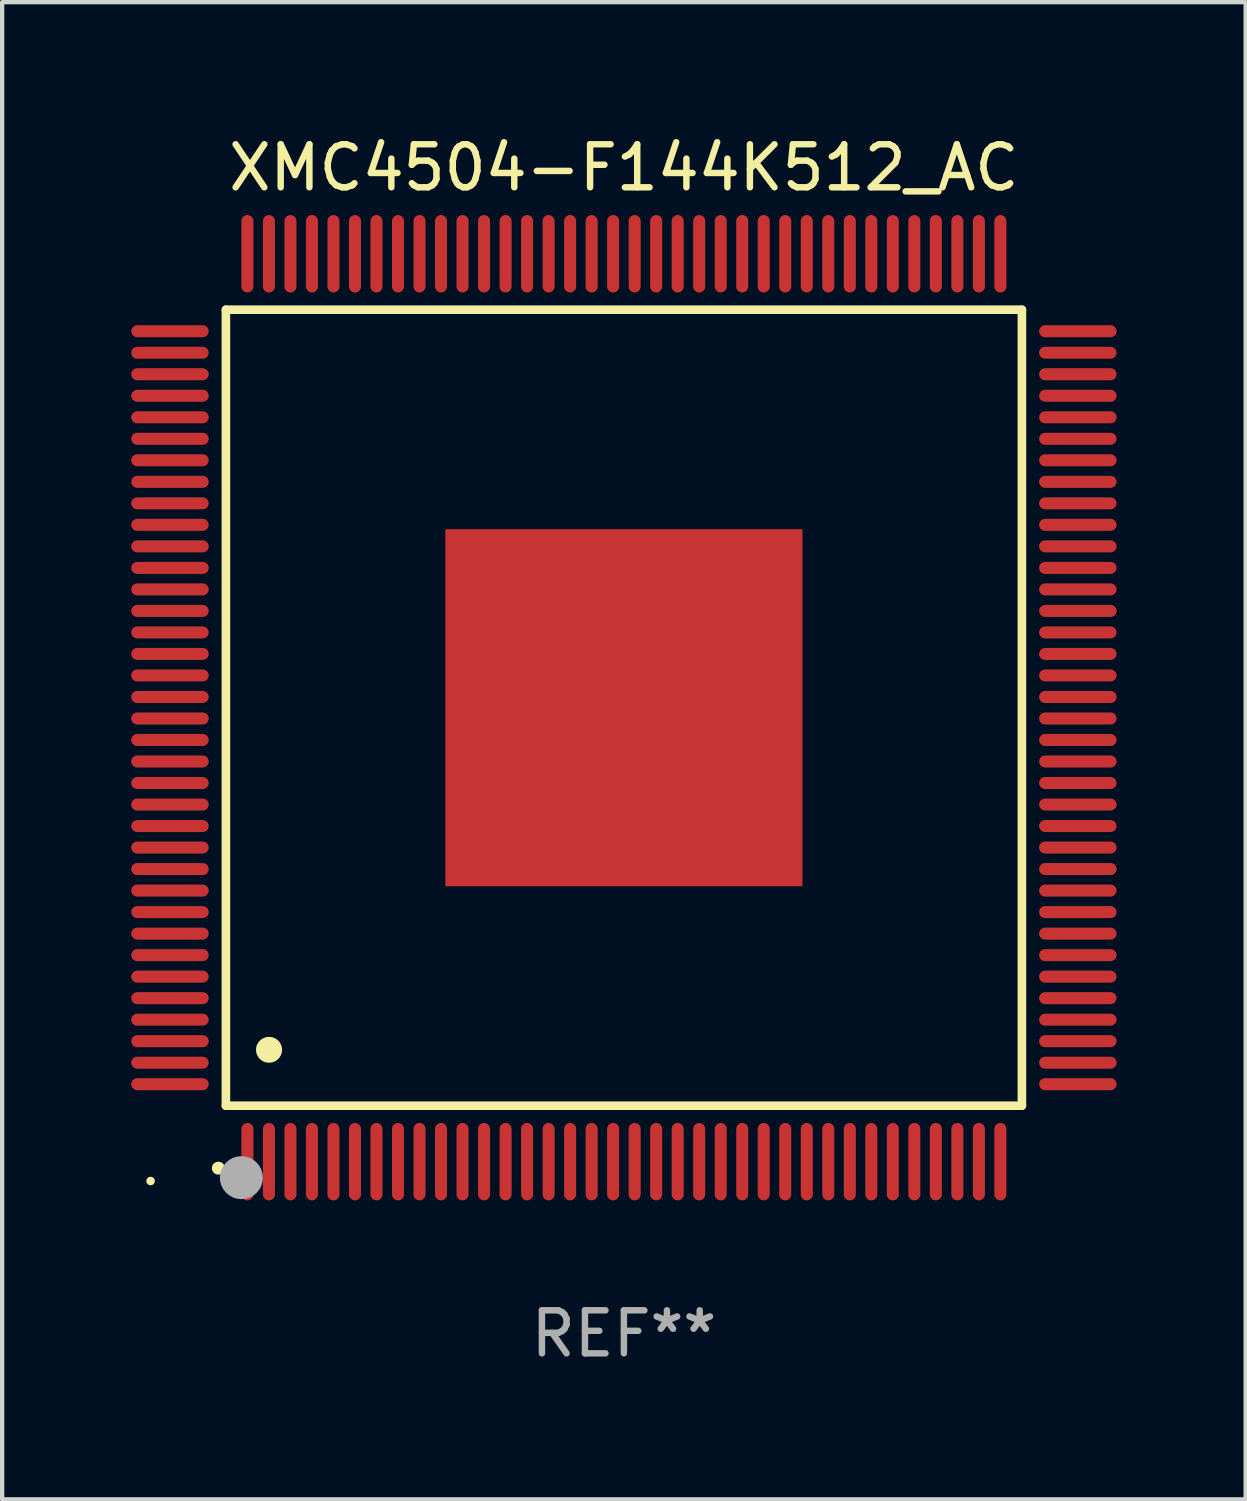
<source format=kicad_pcb>
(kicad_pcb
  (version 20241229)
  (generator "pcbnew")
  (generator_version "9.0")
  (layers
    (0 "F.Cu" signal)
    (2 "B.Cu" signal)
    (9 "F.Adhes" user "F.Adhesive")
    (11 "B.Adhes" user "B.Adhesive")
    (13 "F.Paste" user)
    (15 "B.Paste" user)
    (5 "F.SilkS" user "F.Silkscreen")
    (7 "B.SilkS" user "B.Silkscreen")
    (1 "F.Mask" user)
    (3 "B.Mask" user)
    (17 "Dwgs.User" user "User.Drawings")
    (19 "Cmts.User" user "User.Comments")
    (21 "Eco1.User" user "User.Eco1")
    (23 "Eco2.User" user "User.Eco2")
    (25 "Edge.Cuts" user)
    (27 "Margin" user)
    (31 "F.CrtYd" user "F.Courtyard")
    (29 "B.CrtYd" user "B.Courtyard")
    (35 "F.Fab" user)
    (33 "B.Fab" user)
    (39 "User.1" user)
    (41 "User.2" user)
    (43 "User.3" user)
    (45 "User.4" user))
  (footprint "XMC4504-F144K512_AC"
    (layer "F.Cu")
    (at 11.45 13.398)
    (property "Reference" "XMC4504-F144K512_AC" (at 0 -12.55 0) (layer "F.SilkS") (effects (font (size 1 1) (thickness 0.15))))
    (attr through_hole)
    (fp_line (start -9.25 -9.25) (end 9.25 -9.25) (stroke (width 0.2) (type solid)) (layer "F.SilkS"))
    (fp_line (start -9.25 9.25) (end -9.25 -9.25) (stroke (width 0.2) (type solid)) (layer "F.SilkS"))
    (fp_line (start 9.25 -9.25) (end 9.25 9.25) (stroke (width 0.2) (type solid)) (layer "F.SilkS"))
    (fp_line (start 9.25 9.25) (end -9.25 9.25) (stroke (width 0.2) (type solid)) (layer "F.SilkS"))
    (fp_arc (start -9.425959 10.701041) (mid -9.424689 10.701036) (end -9.423419 10.701041) (stroke (width 0.3) (type solid)) (layer "F.SilkS"))
    (fp_arc (start -8.249936 7.950216) (mid -8.247396 7.950205) (end -8.244856 7.950216) (stroke (width 0.6) (type solid)) (layer "F.SilkS"))
    (fp_circle (center -11 11) (end -10.95 11) (stroke (width 0.1) (type solid)) (fill no) (layer "F.SilkS"))
    (fp_circle (center -8.89 10.922) (end -8.64 10.922) (stroke (width 0.5) (type solid)) (fill no) (layer "F.Fab"))
    (fp_text user "REF**" (at 0 14.55 0) (layer "F.Fab") (effects (font (size 1 1) (thickness 0.15))))
    (pad "1" smd oval (at -8.75 10.55) (size 0.28 1.8) (layers "F.Cu" "F.Mask" "F.Paste"))
    (pad "2" smd oval (at -8.25 10.55) (size 0.28 1.8) (layers "F.Cu" "F.Mask" "F.Paste"))
    (pad "3" smd oval (at -7.75 10.55) (size 0.28 1.8) (layers "F.Cu" "F.Mask" "F.Paste"))
    (pad "4" smd oval (at -7.25 10.55) (size 0.28 1.8) (layers "F.Cu" "F.Mask" "F.Paste"))
    (pad "5" smd oval (at -6.75 10.55) (size 0.28 1.8) (layers "F.Cu" "F.Mask" "F.Paste"))
    (pad "6" smd oval (at -6.25 10.55) (size 0.28 1.8) (layers "F.Cu" "F.Mask" "F.Paste"))
    (pad "7" smd oval (at -5.75 10.55) (size 0.28 1.8) (layers "F.Cu" "F.Mask" "F.Paste"))
    (pad "8" smd oval (at -5.25 10.55) (size 0.28 1.8) (layers "F.Cu" "F.Mask" "F.Paste"))
    (pad "9" smd oval (at -4.75 10.55) (size 0.28 1.8) (layers "F.Cu" "F.Mask" "F.Paste"))
    (pad "10" smd oval (at -4.25 10.55) (size 0.28 1.8) (layers "F.Cu" "F.Mask" "F.Paste"))
    (pad "11" smd oval (at -3.75 10.55) (size 0.28 1.8) (layers "F.Cu" "F.Mask" "F.Paste"))
    (pad "12" smd oval (at -3.25 10.55) (size 0.28 1.8) (layers "F.Cu" "F.Mask" "F.Paste"))
    (pad "13" smd oval (at -2.75 10.55) (size 0.28 1.8) (layers "F.Cu" "F.Mask" "F.Paste"))
    (pad "14" smd oval (at -2.25 10.55) (size 0.28 1.8) (layers "F.Cu" "F.Mask" "F.Paste"))
    (pad "15" smd oval (at -1.75 10.55) (size 0.28 1.8) (layers "F.Cu" "F.Mask" "F.Paste"))
    (pad "16" smd oval (at -1.25 10.55) (size 0.28 1.8) (layers "F.Cu" "F.Mask" "F.Paste"))
    (pad "17" smd oval (at -0.75 10.55) (size 0.28 1.8) (layers "F.Cu" "F.Mask" "F.Paste"))
    (pad "18" smd oval (at -0.25 10.55) (size 0.28 1.8) (layers "F.Cu" "F.Mask" "F.Paste"))
    (pad "19" smd oval (at 0.25 10.55) (size 0.28 1.8) (layers "F.Cu" "F.Mask" "F.Paste"))
    (pad "20" smd oval (at 0.75 10.55) (size 0.28 1.8) (layers "F.Cu" "F.Mask" "F.Paste"))
    (pad "21" smd oval (at 1.25 10.55) (size 0.28 1.8) (layers "F.Cu" "F.Mask" "F.Paste"))
    (pad "22" smd oval (at 1.75 10.55) (size 0.28 1.8) (layers "F.Cu" "F.Mask" "F.Paste"))
    (pad "23" smd oval (at 2.25 10.55) (size 0.28 1.8) (layers "F.Cu" "F.Mask" "F.Paste"))
    (pad "24" smd oval (at 2.75 10.55) (size 0.28 1.8) (layers "F.Cu" "F.Mask" "F.Paste"))
    (pad "25" smd oval (at 3.25 10.55) (size 0.28 1.8) (layers "F.Cu" "F.Mask" "F.Paste"))
    (pad "26" smd oval (at 3.75 10.55) (size 0.28 1.8) (layers "F.Cu" "F.Mask" "F.Paste"))
    (pad "27" smd oval (at 4.25 10.55) (size 0.28 1.8) (layers "F.Cu" "F.Mask" "F.Paste"))
    (pad "28" smd oval (at 4.75 10.55) (size 0.28 1.8) (layers "F.Cu" "F.Mask" "F.Paste"))
    (pad "29" smd oval (at 5.25 10.55) (size 0.28 1.8) (layers "F.Cu" "F.Mask" "F.Paste"))
    (pad "30" smd oval (at 5.75 10.55) (size 0.28 1.8) (layers "F.Cu" "F.Mask" "F.Paste"))
    (pad "31" smd oval (at 6.25 10.55) (size 0.28 1.8) (layers "F.Cu" "F.Mask" "F.Paste"))
    (pad "32" smd oval (at 6.75 10.55) (size 0.28 1.8) (layers "F.Cu" "F.Mask" "F.Paste"))
    (pad "33" smd oval (at 7.25 10.55) (size 0.28 1.8) (layers "F.Cu" "F.Mask" "F.Paste"))
    (pad "34" smd oval (at 7.75 10.55) (size 0.28 1.8) (layers "F.Cu" "F.Mask" "F.Paste"))
    (pad "35" smd oval (at 8.25 10.55) (size 0.28 1.8) (layers "F.Cu" "F.Mask" "F.Paste"))
    (pad "36" smd oval (at 8.75 10.55) (size 0.28 1.8) (layers "F.Cu" "F.Mask" "F.Paste"))
    (pad "37" smd oval (at 10.55 8.75) (size 1.8 0.28) (layers "F.Cu" "F.Mask" "F.Paste"))
    (pad "38" smd oval (at 10.55 8.25) (size 1.8 0.28) (layers "F.Cu" "F.Mask" "F.Paste"))
    (pad "39" smd oval (at 10.55 7.75) (size 1.8 0.28) (layers "F.Cu" "F.Mask" "F.Paste"))
    (pad "40" smd oval (at 10.55 7.25) (size 1.8 0.28) (layers "F.Cu" "F.Mask" "F.Paste"))
    (pad "41" smd oval (at 10.55 6.75) (size 1.8 0.28) (layers "F.Cu" "F.Mask" "F.Paste"))
    (pad "42" smd oval (at 10.55 6.25) (size 1.8 0.28) (layers "F.Cu" "F.Mask" "F.Paste"))
    (pad "43" smd oval (at 10.55 5.75) (size 1.8 0.28) (layers "F.Cu" "F.Mask" "F.Paste"))
    (pad "44" smd oval (at 10.55 5.25) (size 1.8 0.28) (layers "F.Cu" "F.Mask" "F.Paste"))
    (pad "45" smd oval (at 10.55 4.75) (size 1.8 0.28) (layers "F.Cu" "F.Mask" "F.Paste"))
    (pad "46" smd oval (at 10.55 4.25) (size 1.8 0.28) (layers "F.Cu" "F.Mask" "F.Paste"))
    (pad "47" smd oval (at 10.55 3.75) (size 1.8 0.28) (layers "F.Cu" "F.Mask" "F.Paste"))
    (pad "48" smd oval (at 10.55 3.25) (size 1.8 0.28) (layers "F.Cu" "F.Mask" "F.Paste"))
    (pad "49" smd oval (at 10.55 2.75) (size 1.8 0.28) (layers "F.Cu" "F.Mask" "F.Paste"))
    (pad "50" smd oval (at 10.55 2.25) (size 1.8 0.28) (layers "F.Cu" "F.Mask" "F.Paste"))
    (pad "51" smd oval (at 10.55 1.75) (size 1.8 0.28) (layers "F.Cu" "F.Mask" "F.Paste"))
    (pad "52" smd oval (at 10.55 1.25) (size 1.8 0.28) (layers "F.Cu" "F.Mask" "F.Paste"))
    (pad "53" smd oval (at 10.55 0.75) (size 1.8 0.28) (layers "F.Cu" "F.Mask" "F.Paste"))
    (pad "54" smd oval (at 10.55 0.25) (size 1.8 0.28) (layers "F.Cu" "F.Mask" "F.Paste"))
    (pad "55" smd oval (at 10.55 -0.25) (size 1.8 0.28) (layers "F.Cu" "F.Mask" "F.Paste"))
    (pad "56" smd oval (at 10.55 -0.75) (size 1.8 0.28) (layers "F.Cu" "F.Mask" "F.Paste"))
    (pad "57" smd oval (at 10.55 -1.25) (size 1.8 0.28) (layers "F.Cu" "F.Mask" "F.Paste"))
    (pad "58" smd oval (at 10.55 -1.75) (size 1.8 0.28) (layers "F.Cu" "F.Mask" "F.Paste"))
    (pad "59" smd oval (at 10.55 -2.25) (size 1.8 0.28) (layers "F.Cu" "F.Mask" "F.Paste"))
    (pad "60" smd oval (at 10.55 -2.75) (size 1.8 0.28) (layers "F.Cu" "F.Mask" "F.Paste"))
    (pad "61" smd oval (at 10.55 -3.25) (size 1.8 0.28) (layers "F.Cu" "F.Mask" "F.Paste"))
    (pad "62" smd oval (at 10.55 -3.75) (size 1.8 0.28) (layers "F.Cu" "F.Mask" "F.Paste"))
    (pad "63" smd oval (at 10.55 -4.25) (size 1.8 0.28) (layers "F.Cu" "F.Mask" "F.Paste"))
    (pad "64" smd oval (at 10.55 -4.75) (size 1.8 0.28) (layers "F.Cu" "F.Mask" "F.Paste"))
    (pad "65" smd oval (at 10.55 -5.25) (size 1.8 0.28) (layers "F.Cu" "F.Mask" "F.Paste"))
    (pad "66" smd oval (at 10.55 -5.75) (size 1.8 0.28) (layers "F.Cu" "F.Mask" "F.Paste"))
    (pad "67" smd oval (at 10.55 -6.25) (size 1.8 0.28) (layers "F.Cu" "F.Mask" "F.Paste"))
    (pad "68" smd oval (at 10.55 -6.75) (size 1.8 0.28) (layers "F.Cu" "F.Mask" "F.Paste"))
    (pad "69" smd oval (at 10.55 -7.25) (size 1.8 0.28) (layers "F.Cu" "F.Mask" "F.Paste"))
    (pad "70" smd oval (at 10.55 -7.75) (size 1.8 0.28) (layers "F.Cu" "F.Mask" "F.Paste"))
    (pad "71" smd oval (at 10.55 -8.25) (size 1.8 0.28) (layers "F.Cu" "F.Mask" "F.Paste"))
    (pad "72" smd oval (at 10.55 -8.75) (size 1.8 0.28) (layers "F.Cu" "F.Mask" "F.Paste"))
    (pad "73" smd oval (at 8.75 -10.55) (size 0.28 1.8) (layers "F.Cu" "F.Mask" "F.Paste"))
    (pad "74" smd oval (at 8.25 -10.55) (size 0.28 1.8) (layers "F.Cu" "F.Mask" "F.Paste"))
    (pad "75" smd oval (at 7.75 -10.55) (size 0.28 1.8) (layers "F.Cu" "F.Mask" "F.Paste"))
    (pad "76" smd oval (at 7.25 -10.55) (size 0.28 1.8) (layers "F.Cu" "F.Mask" "F.Paste"))
    (pad "77" smd oval (at 6.75 -10.55) (size 0.28 1.8) (layers "F.Cu" "F.Mask" "F.Paste"))
    (pad "78" smd oval (at 6.25 -10.55) (size 0.28 1.8) (layers "F.Cu" "F.Mask" "F.Paste"))
    (pad "79" smd oval (at 5.75 -10.55) (size 0.28 1.8) (layers "F.Cu" "F.Mask" "F.Paste"))
    (pad "80" smd oval (at 5.25 -10.55) (size 0.28 1.8) (layers "F.Cu" "F.Mask" "F.Paste"))
    (pad "81" smd oval (at 4.75 -10.55) (size 0.28 1.8) (layers "F.Cu" "F.Mask" "F.Paste"))
    (pad "82" smd oval (at 4.25 -10.55) (size 0.28 1.8) (layers "F.Cu" "F.Mask" "F.Paste"))
    (pad "83" smd oval (at 3.75 -10.55) (size 0.28 1.8) (layers "F.Cu" "F.Mask" "F.Paste"))
    (pad "84" smd oval (at 3.25 -10.55) (size 0.28 1.8) (layers "F.Cu" "F.Mask" "F.Paste"))
    (pad "85" smd oval (at 2.75 -10.55) (size 0.28 1.8) (layers "F.Cu" "F.Mask" "F.Paste"))
    (pad "86" smd oval (at 2.25 -10.55) (size 0.28 1.8) (layers "F.Cu" "F.Mask" "F.Paste"))
    (pad "87" smd oval (at 1.75 -10.55) (size 0.28 1.8) (layers "F.Cu" "F.Mask" "F.Paste"))
    (pad "88" smd oval (at 1.25 -10.55) (size 0.28 1.8) (layers "F.Cu" "F.Mask" "F.Paste"))
    (pad "89" smd oval (at 0.75 -10.55) (size 0.28 1.8) (layers "F.Cu" "F.Mask" "F.Paste"))
    (pad "90" smd oval (at 0.25 -10.55) (size 0.28 1.8) (layers "F.Cu" "F.Mask" "F.Paste"))
    (pad "91" smd oval (at -0.25 -10.55) (size 0.28 1.8) (layers "F.Cu" "F.Mask" "F.Paste"))
    (pad "92" smd oval (at -0.75 -10.55) (size 0.28 1.8) (layers "F.Cu" "F.Mask" "F.Paste"))
    (pad "93" smd oval (at -1.25 -10.55) (size 0.28 1.8) (layers "F.Cu" "F.Mask" "F.Paste"))
    (pad "94" smd oval (at -1.75 -10.55) (size 0.28 1.8) (layers "F.Cu" "F.Mask" "F.Paste"))
    (pad "95" smd oval (at -2.25 -10.55) (size 0.28 1.8) (layers "F.Cu" "F.Mask" "F.Paste"))
    (pad "96" smd oval (at -2.75 -10.55) (size 0.28 1.8) (layers "F.Cu" "F.Mask" "F.Paste"))
    (pad "97" smd oval (at -3.25 -10.55) (size 0.28 1.8) (layers "F.Cu" "F.Mask" "F.Paste"))
    (pad "98" smd oval (at -3.75 -10.55) (size 0.28 1.8) (layers "F.Cu" "F.Mask" "F.Paste"))
    (pad "99" smd oval (at -4.25 -10.55) (size 0.28 1.8) (layers "F.Cu" "F.Mask" "F.Paste"))
    (pad "100" smd oval (at -4.75 -10.55) (size 0.28 1.8) (layers "F.Cu" "F.Mask" "F.Paste"))
    (pad "101" smd oval (at -5.25 -10.55) (size 0.28 1.8) (layers "F.Cu" "F.Mask" "F.Paste"))
    (pad "102" smd oval (at -5.75 -10.55) (size 0.28 1.8) (layers "F.Cu" "F.Mask" "F.Paste"))
    (pad "103" smd oval (at -6.25 -10.55) (size 0.28 1.8) (layers "F.Cu" "F.Mask" "F.Paste"))
    (pad "104" smd oval (at -6.75 -10.55) (size 0.28 1.8) (layers "F.Cu" "F.Mask" "F.Paste"))
    (pad "105" smd oval (at -7.25 -10.55) (size 0.28 1.8) (layers "F.Cu" "F.Mask" "F.Paste"))
    (pad "106" smd oval (at -7.75 -10.55) (size 0.28 1.8) (layers "F.Cu" "F.Mask" "F.Paste"))
    (pad "107" smd oval (at -8.25 -10.55) (size 0.28 1.8) (layers "F.Cu" "F.Mask" "F.Paste"))
    (pad "108" smd oval (at -8.75 -10.55) (size 0.28 1.8) (layers "F.Cu" "F.Mask" "F.Paste"))
    (pad "109" smd oval (at -10.55 -8.75) (size 1.8 0.28) (layers "F.Cu" "F.Mask" "F.Paste"))
    (pad "110" smd oval (at -10.55 -8.25) (size 1.8 0.28) (layers "F.Cu" "F.Mask" "F.Paste"))
    (pad "111" smd oval (at -10.55 -7.75) (size 1.8 0.28) (layers "F.Cu" "F.Mask" "F.Paste"))
    (pad "112" smd oval (at -10.55 -7.25) (size 1.8 0.28) (layers "F.Cu" "F.Mask" "F.Paste"))
    (pad "113" smd oval (at -10.55 -6.75) (size 1.8 0.28) (layers "F.Cu" "F.Mask" "F.Paste"))
    (pad "114" smd oval (at -10.55 -6.25) (size 1.8 0.28) (layers "F.Cu" "F.Mask" "F.Paste"))
    (pad "115" smd oval (at -10.55 -5.75) (size 1.8 0.28) (layers "F.Cu" "F.Mask" "F.Paste"))
    (pad "116" smd oval (at -10.55 -5.25) (size 1.8 0.28) (layers "F.Cu" "F.Mask" "F.Paste"))
    (pad "117" smd oval (at -10.55 -4.75) (size 1.8 0.28) (layers "F.Cu" "F.Mask" "F.Paste"))
    (pad "118" smd oval (at -10.55 -4.25) (size 1.8 0.28) (layers "F.Cu" "F.Mask" "F.Paste"))
    (pad "119" smd oval (at -10.55 -3.75) (size 1.8 0.28) (layers "F.Cu" "F.Mask" "F.Paste"))
    (pad "120" smd oval (at -10.55 -3.25) (size 1.8 0.28) (layers "F.Cu" "F.Mask" "F.Paste"))
    (pad "121" smd oval (at -10.55 -2.75) (size 1.8 0.28) (layers "F.Cu" "F.Mask" "F.Paste"))
    (pad "122" smd oval (at -10.55 -2.25) (size 1.8 0.28) (layers "F.Cu" "F.Mask" "F.Paste"))
    (pad "123" smd oval (at -10.55 -1.75) (size 1.8 0.28) (layers "F.Cu" "F.Mask" "F.Paste"))
    (pad "124" smd oval (at -10.55 -1.25) (size 1.8 0.28) (layers "F.Cu" "F.Mask" "F.Paste"))
    (pad "125" smd oval (at -10.55 -0.75) (size 1.8 0.28) (layers "F.Cu" "F.Mask" "F.Paste"))
    (pad "126" smd oval (at -10.55 -0.25) (size 1.8 0.28) (layers "F.Cu" "F.Mask" "F.Paste"))
    (pad "127" smd oval (at -10.55 0.25) (size 1.8 0.28) (layers "F.Cu" "F.Mask" "F.Paste"))
    (pad "128" smd oval (at -10.55 0.75) (size 1.8 0.28) (layers "F.Cu" "F.Mask" "F.Paste"))
    (pad "129" smd oval (at -10.55 1.25) (size 1.8 0.28) (layers "F.Cu" "F.Mask" "F.Paste"))
    (pad "130" smd oval (at -10.55 1.75) (size 1.8 0.28) (layers "F.Cu" "F.Mask" "F.Paste"))
    (pad "131" smd oval (at -10.55 2.25) (size 1.8 0.28) (layers "F.Cu" "F.Mask" "F.Paste"))
    (pad "132" smd oval (at -10.55 2.75) (size 1.8 0.28) (layers "F.Cu" "F.Mask" "F.Paste"))
    (pad "133" smd oval (at -10.55 3.25) (size 1.8 0.28) (layers "F.Cu" "F.Mask" "F.Paste"))
    (pad "134" smd oval (at -10.55 3.75) (size 1.8 0.28) (layers "F.Cu" "F.Mask" "F.Paste"))
    (pad "135" smd oval (at -10.55 4.25) (size 1.8 0.28) (layers "F.Cu" "F.Mask" "F.Paste"))
    (pad "136" smd oval (at -10.55 4.75) (size 1.8 0.28) (layers "F.Cu" "F.Mask" "F.Paste"))
    (pad "137" smd oval (at -10.55 5.25) (size 1.8 0.28) (layers "F.Cu" "F.Mask" "F.Paste"))
    (pad "138" smd oval (at -10.55 5.75) (size 1.8 0.28) (layers "F.Cu" "F.Mask" "F.Paste"))
    (pad "139" smd oval (at -10.55 6.25) (size 1.8 0.28) (layers "F.Cu" "F.Mask" "F.Paste"))
    (pad "140" smd oval (at -10.55 6.75) (size 1.8 0.28) (layers "F.Cu" "F.Mask" "F.Paste"))
    (pad "141" smd oval (at -10.55 7.25) (size 1.8 0.28) (layers "F.Cu" "F.Mask" "F.Paste"))
    (pad "142" smd oval (at -10.55 7.75) (size 1.8 0.28) (layers "F.Cu" "F.Mask" "F.Paste"))
    (pad "143" smd oval (at -10.55 8.25) (size 1.8 0.28) (layers "F.Cu" "F.Mask" "F.Paste"))
    (pad "144" smd oval (at -10.55 8.75) (size 1.8 0.28) (layers "F.Cu" "F.Mask" "F.Paste"))
    (pad "145" smd rect (at 0 0) (size 8.3 8.3) (layers "F.Cu" "F.Mask" "F.Paste")))
  (gr_rect
    (start -3 -3)
    (end 25.9 31.796)
    (stroke (width 0.1) (type default))
    (fill no)
    (layer "Edge.Cuts")))
</source>
